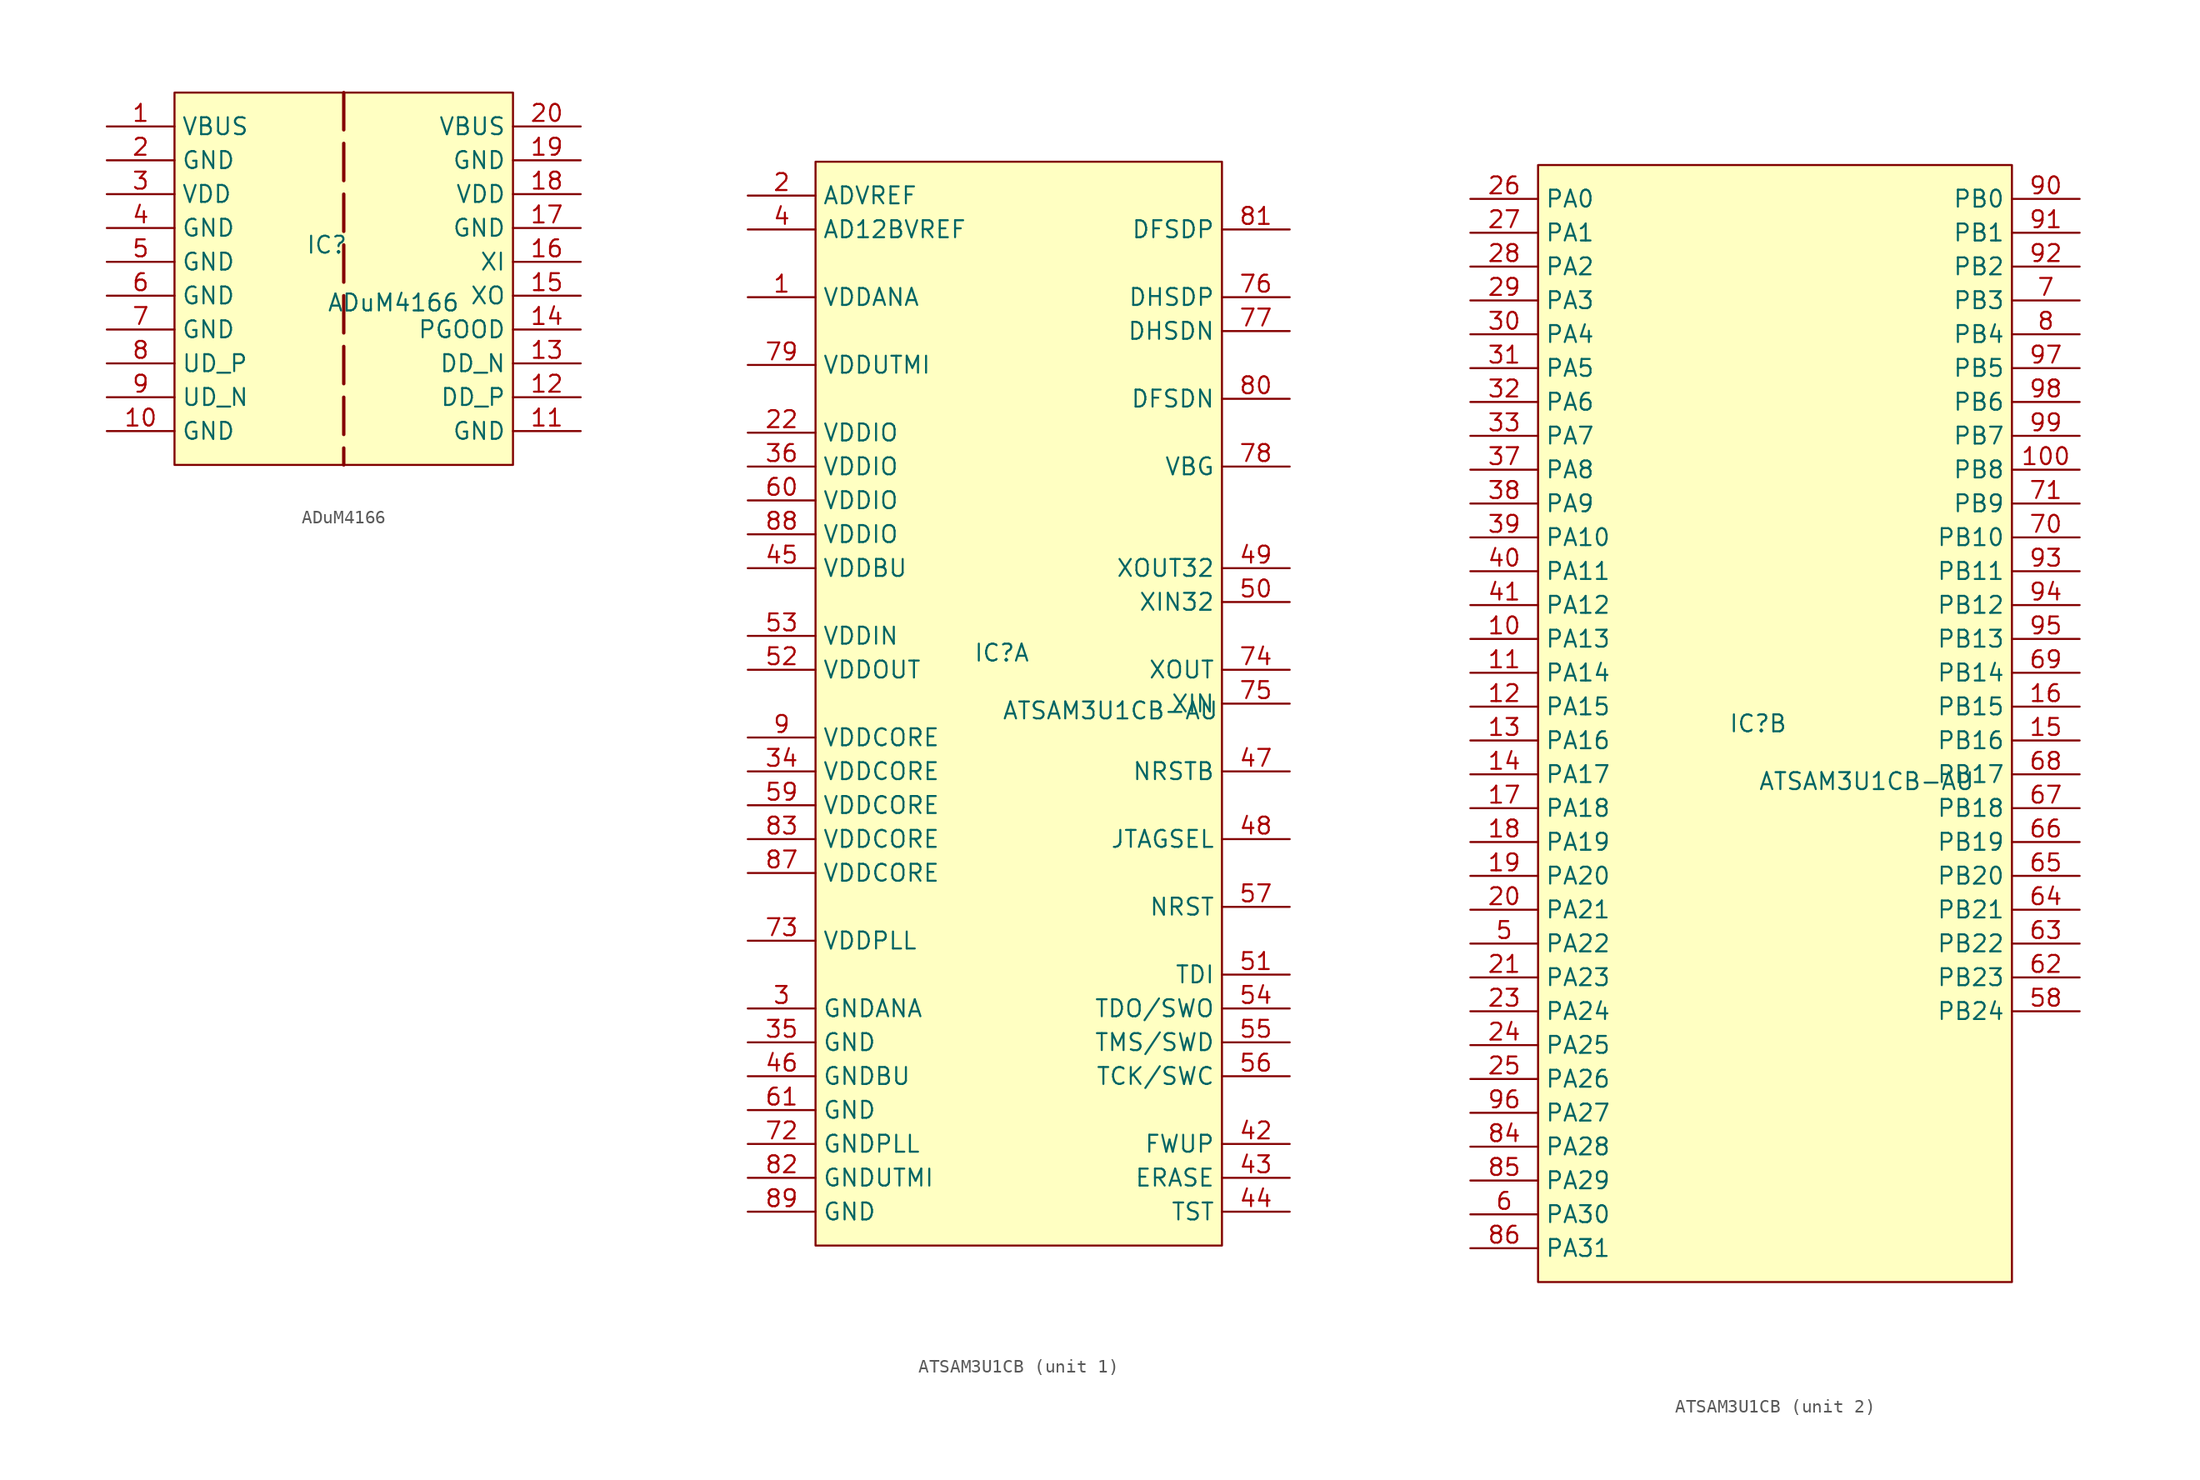
<source format=kicad_sym>
(kicad_symbol_lib
  (version 20231120)
  (generator "kicad_symbol_editor")
  (generator_version "8.0")
  (symbol "ADuM4166"
    (property "Reference" "IC"
      (at -1.27 1.27 0)
      (effects (font (size 1.27 1.27))))
    (property "Value" "ADuM4166"
      (at -1.27 -3.81 0)
      (effects (font (size 1.27 1.27)) (justify left bottom)))
    (symbol "ADuM4166_1_0"
      (rectangle (start -12.7 12.7) (end 12.7 -15.24) (stroke (width 0) (type solid) (color 128 0 0 1)) (fill (type background)))
      (polyline (pts (xy 0 12.7) (xy 0 -15.24)) (stroke (width 0.254) (type dash)) (fill (type none)))
      (pin passive line (at -17.78 10.16 0) (length 5.08) (name "VBUS" (effects (font (size 1.27 1.27)))) (number "1" (effects (font (size 1.27 1.27)))))
      (pin passive line (at -17.78 -12.7 0) (length 5.08) (name "GND" (effects (font (size 1.27 1.27)))) (number "10" (effects (font (size 1.27 1.27)))))
      (pin passive line (at 17.78 -12.7 180) (length 5.08) (name "GND" (effects (font (size 1.27 1.27)))) (number "11" (effects (font (size 1.27 1.27)))))
      (pin bidirectional line (at 17.78 -10.16 180) (length 5.08) (name "DD_P" (effects (font (size 1.27 1.27)))) (number "12" (effects (font (size 1.27 1.27)))))
      (pin bidirectional line (at 17.78 -7.62 180) (length 5.08) (name "DD_N" (effects (font (size 1.27 1.27)))) (number "13" (effects (font (size 1.27 1.27)))))
      (pin output line (at 17.78 -5.08 180) (length 5.08) (name "PGOOD" (effects (font (size 1.27 1.27)))) (number "14" (effects (font (size 1.27 1.27)))))
      (pin output line (at 17.78 -2.54 180) (length 5.08) (name "XO" (effects (font (size 1.27 1.27)))) (number "15" (effects (font (size 1.27 1.27)))))
      (pin input line (at 17.78 0 180) (length 5.08) (name "XI" (effects (font (size 1.27 1.27)))) (number "16" (effects (font (size 1.27 1.27)))))
      (pin power_in line (at 17.78 2.54 180) (length 5.08) (name "GND" (effects (font (size 1.27 1.27)))) (number "17" (effects (font (size 1.27 1.27)))))
      (pin power_in line (at 17.78 5.08 180) (length 5.08) (name "VDD" (effects (font (size 1.27 1.27)))) (number "18" (effects (font (size 1.27 1.27)))))
      (pin power_in line (at 17.78 7.62 180) (length 5.08) (name "GND" (effects (font (size 1.27 1.27)))) (number "19" (effects (font (size 1.27 1.27)))))
      (pin passive line (at -17.78 7.62 0) (length 5.08) (name "GND" (effects (font (size 1.27 1.27)))) (number "2" (effects (font (size 1.27 1.27)))))
      (pin power_in line (at 17.78 10.16 180) (length 5.08) (name "VBUS" (effects (font (size 1.27 1.27)))) (number "20" (effects (font (size 1.27 1.27)))))
      (pin passive line (at -17.78 5.08 0) (length 5.08) (name "VDD" (effects (font (size 1.27 1.27)))) (number "3" (effects (font (size 1.27 1.27)))))
      (pin passive line (at -17.78 2.54 0) (length 5.08) (name "GND" (effects (font (size 1.27 1.27)))) (number "4" (effects (font (size 1.27 1.27)))))
      (pin passive line (at -17.78 0 0) (length 5.08) (name "GND" (effects (font (size 1.27 1.27)))) (number "5" (effects (font (size 1.27 1.27)))))
      (pin passive line (at -17.78 -2.54 0) (length 5.08) (name "GND" (effects (font (size 1.27 1.27)))) (number "6" (effects (font (size 1.27 1.27)))))
      (pin passive line (at -17.78 -5.08 0) (length 5.08) (name "GND" (effects (font (size 1.27 1.27)))) (number "7" (effects (font (size 1.27 1.27)))))
      (pin bidirectional line (at -17.78 -7.62 0) (length 5.08) (name "UD_P" (effects (font (size 1.27 1.27)))) (number "8" (effects (font (size 1.27 1.27)))))
      (pin bidirectional line (at -17.78 -10.16 0) (length 5.08) (name "UD_N" (effects (font (size 1.27 1.27)))) (number "9" (effects (font (size 1.27 1.27)))))))
  (symbol "ATSAM3U1CB"
    (property "Reference" "IC"
      (at -1.27 1.27 0)
      (effects (font (size 1.27 1.27))))
    (property "Value" "ATSAM3U1CB-AU"
      (at -1.27 -3.81 0)
      (effects (font (size 1.27 1.27)) (justify left bottom)))
    (symbol "ATSAM3U1CB_1_0"
      (rectangle (start -15.24 38.1) (end 15.24 -43.18) (stroke (width 0) (type solid) (color 128 0 0 1)) (fill (type background)))
      (pin passive line (at -20.32 27.94 0) (length 5.08) (name "VDDANA" (effects (font (size 1.27 1.27)))) (number "1" (effects (font (size 1.27 1.27)))))
      (pin passive line (at -20.32 35.56 0) (length 5.08) (name "ADVREF" (effects (font (size 1.27 1.27)))) (number "2" (effects (font (size 1.27 1.27)))))
      (pin passive line (at -20.32 17.78 0) (length 5.08) (name "VDDIO" (effects (font (size 1.27 1.27)))) (number "22" (effects (font (size 1.27 1.27)))))
      (pin passive line (at -20.32 -25.4 0) (length 5.08) (name "GNDANA" (effects (font (size 1.27 1.27)))) (number "3" (effects (font (size 1.27 1.27)))))
      (pin passive line (at -20.32 -7.62 0) (length 5.08) (name "VDDCORE" (effects (font (size 1.27 1.27)))) (number "34" (effects (font (size 1.27 1.27)))))
      (pin passive line (at -20.32 -27.94 0) (length 5.08) (name "GND" (effects (font (size 1.27 1.27)))) (number "35" (effects (font (size 1.27 1.27)))))
      (pin passive line (at -20.32 15.24 0) (length 5.08) (name "VDDIO" (effects (font (size 1.27 1.27)))) (number "36" (effects (font (size 1.27 1.27)))))
      (pin passive line (at -20.32 33.02 0) (length 5.08) (name "AD12BVREF" (effects (font (size 1.27 1.27)))) (number "4" (effects (font (size 1.27 1.27)))))
      (pin input line (at 20.32 -35.56 180) (length 5.08) (name "FWUP" (effects (font (size 1.27 1.27)))) (number "42" (effects (font (size 1.27 1.27)))))
      (pin input line (at 20.32 -38.1 180) (length 5.08) (name "ERASE" (effects (font (size 1.27 1.27)))) (number "43" (effects (font (size 1.27 1.27)))))
      (pin input line (at 20.32 -40.64 180) (length 5.08) (name "TST" (effects (font (size 1.27 1.27)))) (number "44" (effects (font (size 1.27 1.27)))))
      (pin passive line (at -20.32 7.62 0) (length 5.08) (name "VDDBU" (effects (font (size 1.27 1.27)))) (number "45" (effects (font (size 1.27 1.27)))))
      (pin passive line (at -20.32 -30.48 0) (length 5.08) (name "GNDBU" (effects (font (size 1.27 1.27)))) (number "46" (effects (font (size 1.27 1.27)))))
      (pin input line (at 20.32 -7.62 180) (length 5.08) (name "NRSTB" (effects (font (size 1.27 1.27)))) (number "47" (effects (font (size 1.27 1.27)))))
      (pin input line (at 20.32 -12.7 180) (length 5.08) (name "JTAGSEL" (effects (font (size 1.27 1.27)))) (number "48" (effects (font (size 1.27 1.27)))))
      (pin output line (at 20.32 7.62 180) (length 5.08) (name "XOUT32" (effects (font (size 1.27 1.27)))) (number "49" (effects (font (size 1.27 1.27)))))
      (pin input line (at 20.32 5.08 180) (length 5.08) (name "XIN32" (effects (font (size 1.27 1.27)))) (number "50" (effects (font (size 1.27 1.27)))))
      (pin input line (at 20.32 -22.86 180) (length 5.08) (name "TDI" (effects (font (size 1.27 1.27)))) (number "51" (effects (font (size 1.27 1.27)))))
      (pin passive line (at -20.32 0 0) (length 5.08) (name "VDDOUT" (effects (font (size 1.27 1.27)))) (number "52" (effects (font (size 1.27 1.27)))))
      (pin passive line (at -20.32 2.54 0) (length 5.08) (name "VDDIN" (effects (font (size 1.27 1.27)))) (number "53" (effects (font (size 1.27 1.27)))))
      (pin output line (at 20.32 -25.4 180) (length 5.08) (name "TDO/SWO" (effects (font (size 1.27 1.27)))) (number "54" (effects (font (size 1.27 1.27)))))
      (pin bidirectional line (at 20.32 -27.94 180) (length 5.08) (name "TMS/SWD" (effects (font (size 1.27 1.27)))) (number "55" (effects (font (size 1.27 1.27)))))
      (pin input line (at 20.32 -30.48 180) (length 5.08) (name "TCK/SWC" (effects (font (size 1.27 1.27)))) (number "56" (effects (font (size 1.27 1.27)))))
      (pin bidirectional line (at 20.32 -17.78 180) (length 5.08) (name "NRST" (effects (font (size 1.27 1.27)))) (number "57" (effects (font (size 1.27 1.27)))))
      (pin passive line (at -20.32 -10.16 0) (length 5.08) (name "VDDCORE" (effects (font (size 1.27 1.27)))) (number "59" (effects (font (size 1.27 1.27)))))
      (pin passive line (at -20.32 12.7 0) (length 5.08) (name "VDDIO" (effects (font (size 1.27 1.27)))) (number "60" (effects (font (size 1.27 1.27)))))
      (pin passive line (at -20.32 -33.02 0) (length 5.08) (name "GND" (effects (font (size 1.27 1.27)))) (number "61" (effects (font (size 1.27 1.27)))))
      (pin passive line (at -20.32 -35.56 0) (length 5.08) (name "GNDPLL" (effects (font (size 1.27 1.27)))) (number "72" (effects (font (size 1.27 1.27)))))
      (pin passive line (at -20.32 -20.32 0) (length 5.08) (name "VDDPLL" (effects (font (size 1.27 1.27)))) (number "73" (effects (font (size 1.27 1.27)))))
      (pin output line (at 20.32 0 180) (length 5.08) (name "XOUT" (effects (font (size 1.27 1.27)))) (number "74" (effects (font (size 1.27 1.27)))))
      (pin input line (at 20.32 -2.54 180) (length 5.08) (name "XIN" (effects (font (size 1.27 1.27)))) (number "75" (effects (font (size 1.27 1.27)))))
      (pin bidirectional line (at 20.32 27.94 180) (length 5.08) (name "DHSDP" (effects (font (size 1.27 1.27)))) (number "76" (effects (font (size 1.27 1.27)))))
      (pin bidirectional line (at 20.32 25.4 180) (length 5.08) (name "DHSDN" (effects (font (size 1.27 1.27)))) (number "77" (effects (font (size 1.27 1.27)))))
      (pin passive line (at 20.32 15.24 180) (length 5.08) (name "VBG" (effects (font (size 1.27 1.27)))) (number "78" (effects (font (size 1.27 1.27)))))
      (pin passive line (at -20.32 22.86 0) (length 5.08) (name "VDDUTMI" (effects (font (size 1.27 1.27)))) (number "79" (effects (font (size 1.27 1.27)))))
      (pin bidirectional line (at 20.32 20.32 180) (length 5.08) (name "DFSDN" (effects (font (size 1.27 1.27)))) (number "80" (effects (font (size 1.27 1.27)))))
      (pin bidirectional line (at 20.32 33.02 180) (length 5.08) (name "DFSDP" (effects (font (size 1.27 1.27)))) (number "81" (effects (font (size 1.27 1.27)))))
      (pin passive line (at -20.32 -38.1 0) (length 5.08) (name "GNDUTMI" (effects (font (size 1.27 1.27)))) (number "82" (effects (font (size 1.27 1.27)))))
      (pin passive line (at -20.32 -12.7 0) (length 5.08) (name "VDDCORE" (effects (font (size 1.27 1.27)))) (number "83" (effects (font (size 1.27 1.27)))))
      (pin passive line (at -20.32 -15.24 0) (length 5.08) (name "VDDCORE" (effects (font (size 1.27 1.27)))) (number "87" (effects (font (size 1.27 1.27)))))
      (pin passive line (at -20.32 10.16 0) (length 5.08) (name "VDDIO" (effects (font (size 1.27 1.27)))) (number "88" (effects (font (size 1.27 1.27)))))
      (pin passive line (at -20.32 -40.64 0) (length 5.08) (name "GND" (effects (font (size 1.27 1.27)))) (number "89" (effects (font (size 1.27 1.27)))))
      (pin passive line (at -20.32 -5.08 0) (length 5.08) (name "VDDCORE" (effects (font (size 1.27 1.27)))) (number "9" (effects (font (size 1.27 1.27))))))
    (symbol "ATSAM3U1CB_2_0"
      (rectangle (start -17.78 43.18) (end 17.78 -40.64) (stroke (width 0) (type solid) (color 128 0 0 1)) (fill (type background)))
      (pin bidirectional line (at -22.86 7.62 0) (length 5.08) (name "PA13" (effects (font (size 1.27 1.27)))) (number "10" (effects (font (size 1.27 1.27)))))
      (pin bidirectional line (at 22.86 20.32 180) (length 5.08) (name "PB8" (effects (font (size 1.27 1.27)))) (number "100" (effects (font (size 1.27 1.27)))))
      (pin bidirectional line (at -22.86 5.08 0) (length 5.08) (name "PA14" (effects (font (size 1.27 1.27)))) (number "11" (effects (font (size 1.27 1.27)))))
      (pin bidirectional line (at -22.86 2.54 0) (length 5.08) (name "PA15" (effects (font (size 1.27 1.27)))) (number "12" (effects (font (size 1.27 1.27)))))
      (pin bidirectional line (at -22.86 0 0) (length 5.08) (name "PA16" (effects (font (size 1.27 1.27)))) (number "13" (effects (font (size 1.27 1.27)))))
      (pin bidirectional line (at -22.86 -2.54 0) (length 5.08) (name "PA17" (effects (font (size 1.27 1.27)))) (number "14" (effects (font (size 1.27 1.27)))))
      (pin bidirectional line (at 22.86 0 180) (length 5.08) (name "PB16" (effects (font (size 1.27 1.27)))) (number "15" (effects (font (size 1.27 1.27)))))
      (pin bidirectional line (at 22.86 2.54 180) (length 5.08) (name "PB15" (effects (font (size 1.27 1.27)))) (number "16" (effects (font (size 1.27 1.27)))))
      (pin bidirectional line (at -22.86 -5.08 0) (length 5.08) (name "PA18" (effects (font (size 1.27 1.27)))) (number "17" (effects (font (size 1.27 1.27)))))
      (pin bidirectional line (at -22.86 -7.62 0) (length 5.08) (name "PA19" (effects (font (size 1.27 1.27)))) (number "18" (effects (font (size 1.27 1.27)))))
      (pin bidirectional line (at -22.86 -10.16 0) (length 5.08) (name "PA20" (effects (font (size 1.27 1.27)))) (number "19" (effects (font (size 1.27 1.27)))))
      (pin bidirectional line (at -22.86 -12.7 0) (length 5.08) (name "PA21" (effects (font (size 1.27 1.27)))) (number "20" (effects (font (size 1.27 1.27)))))
      (pin bidirectional line (at -22.86 -17.78 0) (length 5.08) (name "PA23" (effects (font (size 1.27 1.27)))) (number "21" (effects (font (size 1.27 1.27)))))
      (pin bidirectional line (at -22.86 -20.32 0) (length 5.08) (name "PA24" (effects (font (size 1.27 1.27)))) (number "23" (effects (font (size 1.27 1.27)))))
      (pin bidirectional line (at -22.86 -22.86 0) (length 5.08) (name "PA25" (effects (font (size 1.27 1.27)))) (number "24" (effects (font (size 1.27 1.27)))))
      (pin bidirectional line (at -22.86 -25.4 0) (length 5.08) (name "PA26" (effects (font (size 1.27 1.27)))) (number "25" (effects (font (size 1.27 1.27)))))
      (pin bidirectional line (at -22.86 40.64 0) (length 5.08) (name "PA0" (effects (font (size 1.27 1.27)))) (number "26" (effects (font (size 1.27 1.27)))))
      (pin bidirectional line (at -22.86 38.1 0) (length 5.08) (name "PA1" (effects (font (size 1.27 1.27)))) (number "27" (effects (font (size 1.27 1.27)))))
      (pin bidirectional line (at -22.86 35.56 0) (length 5.08) (name "PA2" (effects (font (size 1.27 1.27)))) (number "28" (effects (font (size 1.27 1.27)))))
      (pin bidirectional line (at -22.86 33.02 0) (length 5.08) (name "PA3" (effects (font (size 1.27 1.27)))) (number "29" (effects (font (size 1.27 1.27)))))
      (pin bidirectional line (at -22.86 30.48 0) (length 5.08) (name "PA4" (effects (font (size 1.27 1.27)))) (number "30" (effects (font (size 1.27 1.27)))))
      (pin bidirectional line (at -22.86 27.94 0) (length 5.08) (name "PA5" (effects (font (size 1.27 1.27)))) (number "31" (effects (font (size 1.27 1.27)))))
      (pin bidirectional line (at -22.86 25.4 0) (length 5.08) (name "PA6" (effects (font (size 1.27 1.27)))) (number "32" (effects (font (size 1.27 1.27)))))
      (pin bidirectional line (at -22.86 22.86 0) (length 5.08) (name "PA7" (effects (font (size 1.27 1.27)))) (number "33" (effects (font (size 1.27 1.27)))))
      (pin bidirectional line (at -22.86 20.32 0) (length 5.08) (name "PA8" (effects (font (size 1.27 1.27)))) (number "37" (effects (font (size 1.27 1.27)))))
      (pin bidirectional line (at -22.86 17.78 0) (length 5.08) (name "PA9" (effects (font (size 1.27 1.27)))) (number "38" (effects (font (size 1.27 1.27)))))
      (pin bidirectional line (at -22.86 15.24 0) (length 5.08) (name "PA10" (effects (font (size 1.27 1.27)))) (number "39" (effects (font (size 1.27 1.27)))))
      (pin bidirectional line (at -22.86 12.7 0) (length 5.08) (name "PA11" (effects (font (size 1.27 1.27)))) (number "40" (effects (font (size 1.27 1.27)))))
      (pin bidirectional line (at -22.86 10.16 0) (length 5.08) (name "PA12" (effects (font (size 1.27 1.27)))) (number "41" (effects (font (size 1.27 1.27)))))
      (pin bidirectional line (at -22.86 -15.24 0) (length 5.08) (name "PA22" (effects (font (size 1.27 1.27)))) (number "5" (effects (font (size 1.27 1.27)))))
      (pin bidirectional line (at 22.86 -20.32 180) (length 5.08) (name "PB24" (effects (font (size 1.27 1.27)))) (number "58" (effects (font (size 1.27 1.27)))))
      (pin bidirectional line (at -22.86 -35.56 0) (length 5.08) (name "PA30" (effects (font (size 1.27 1.27)))) (number "6" (effects (font (size 1.27 1.27)))))
      (pin bidirectional line (at 22.86 -17.78 180) (length 5.08) (name "PB23" (effects (font (size 1.27 1.27)))) (number "62" (effects (font (size 1.27 1.27)))))
      (pin bidirectional line (at 22.86 -15.24 180) (length 5.08) (name "PB22" (effects (font (size 1.27 1.27)))) (number "63" (effects (font (size 1.27 1.27)))))
      (pin bidirectional line (at 22.86 -12.7 180) (length 5.08) (name "PB21" (effects (font (size 1.27 1.27)))) (number "64" (effects (font (size 1.27 1.27)))))
      (pin bidirectional line (at 22.86 -10.16 180) (length 5.08) (name "PB20" (effects (font (size 1.27 1.27)))) (number "65" (effects (font (size 1.27 1.27)))))
      (pin bidirectional line (at 22.86 -7.62 180) (length 5.08) (name "PB19" (effects (font (size 1.27 1.27)))) (number "66" (effects (font (size 1.27 1.27)))))
      (pin bidirectional line (at 22.86 -5.08 180) (length 5.08) (name "PB18" (effects (font (size 1.27 1.27)))) (number "67" (effects (font (size 1.27 1.27)))))
      (pin bidirectional line (at 22.86 -2.54 180) (length 5.08) (name "PB17" (effects (font (size 1.27 1.27)))) (number "68" (effects (font (size 1.27 1.27)))))
      (pin bidirectional line (at 22.86 5.08 180) (length 5.08) (name "PB14" (effects (font (size 1.27 1.27)))) (number "69" (effects (font (size 1.27 1.27)))))
      (pin bidirectional line (at 22.86 33.02 180) (length 5.08) (name "PB3" (effects (font (size 1.27 1.27)))) (number "7" (effects (font (size 1.27 1.27)))))
      (pin bidirectional line (at 22.86 15.24 180) (length 5.08) (name "PB10" (effects (font (size 1.27 1.27)))) (number "70" (effects (font (size 1.27 1.27)))))
      (pin bidirectional line (at 22.86 17.78 180) (length 5.08) (name "PB9" (effects (font (size 1.27 1.27)))) (number "71" (effects (font (size 1.27 1.27)))))
      (pin bidirectional line (at 22.86 30.48 180) (length 5.08) (name "PB4" (effects (font (size 1.27 1.27)))) (number "8" (effects (font (size 1.27 1.27)))))
      (pin bidirectional line (at -22.86 -30.48 0) (length 5.08) (name "PA28" (effects (font (size 1.27 1.27)))) (number "84" (effects (font (size 1.27 1.27)))))
      (pin bidirectional line (at -22.86 -33.02 0) (length 5.08) (name "PA29" (effects (font (size 1.27 1.27)))) (number "85" (effects (font (size 1.27 1.27)))))
      (pin bidirectional line (at -22.86 -38.1 0) (length 5.08) (name "PA31" (effects (font (size 1.27 1.27)))) (number "86" (effects (font (size 1.27 1.27)))))
      (pin bidirectional line (at 22.86 40.64 180) (length 5.08) (name "PB0" (effects (font (size 1.27 1.27)))) (number "90" (effects (font (size 1.27 1.27)))))
      (pin bidirectional line (at 22.86 38.1 180) (length 5.08) (name "PB1" (effects (font (size 1.27 1.27)))) (number "91" (effects (font (size 1.27 1.27)))))
      (pin bidirectional line (at 22.86 35.56 180) (length 5.08) (name "PB2" (effects (font (size 1.27 1.27)))) (number "92" (effects (font (size 1.27 1.27)))))
      (pin bidirectional line (at 22.86 12.7 180) (length 5.08) (name "PB11" (effects (font (size 1.27 1.27)))) (number "93" (effects (font (size 1.27 1.27)))))
      (pin bidirectional line (at 22.86 10.16 180) (length 5.08) (name "PB12" (effects (font (size 1.27 1.27)))) (number "94" (effects (font (size 1.27 1.27)))))
      (pin bidirectional line (at 22.86 7.62 180) (length 5.08) (name "PB13" (effects (font (size 1.27 1.27)))) (number "95" (effects (font (size 1.27 1.27)))))
      (pin bidirectional line (at -22.86 -27.94 0) (length 5.08) (name "PA27" (effects (font (size 1.27 1.27)))) (number "96" (effects (font (size 1.27 1.27)))))
      (pin bidirectional line (at 22.86 27.94 180) (length 5.08) (name "PB5" (effects (font (size 1.27 1.27)))) (number "97" (effects (font (size 1.27 1.27)))))
      (pin bidirectional line (at 22.86 25.4 180) (length 5.08) (name "PB6" (effects (font (size 1.27 1.27)))) (number "98" (effects (font (size 1.27 1.27)))))
      (pin bidirectional line (at 22.86 22.86 180) (length 5.08) (name "PB7" (effects (font (size 1.27 1.27)))) (number "99" (effects (font (size 1.27 1.27))))))))
</source>
